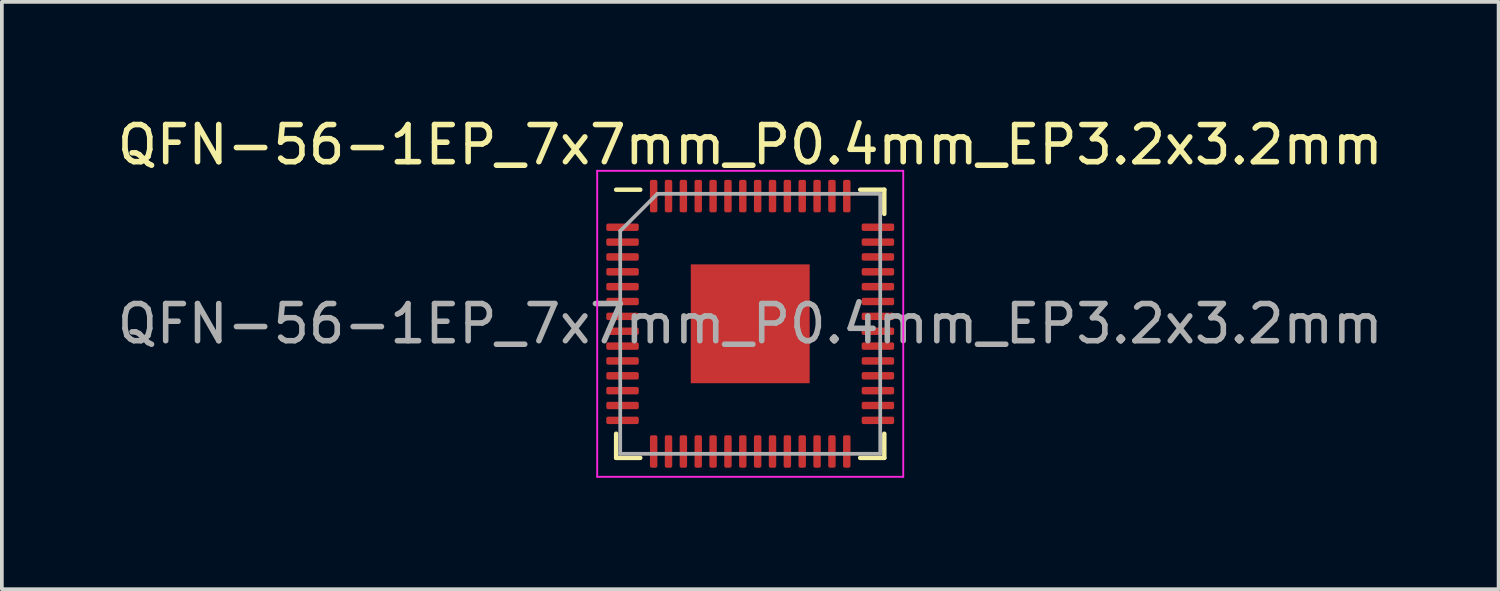
<source format=kicad_pcb>
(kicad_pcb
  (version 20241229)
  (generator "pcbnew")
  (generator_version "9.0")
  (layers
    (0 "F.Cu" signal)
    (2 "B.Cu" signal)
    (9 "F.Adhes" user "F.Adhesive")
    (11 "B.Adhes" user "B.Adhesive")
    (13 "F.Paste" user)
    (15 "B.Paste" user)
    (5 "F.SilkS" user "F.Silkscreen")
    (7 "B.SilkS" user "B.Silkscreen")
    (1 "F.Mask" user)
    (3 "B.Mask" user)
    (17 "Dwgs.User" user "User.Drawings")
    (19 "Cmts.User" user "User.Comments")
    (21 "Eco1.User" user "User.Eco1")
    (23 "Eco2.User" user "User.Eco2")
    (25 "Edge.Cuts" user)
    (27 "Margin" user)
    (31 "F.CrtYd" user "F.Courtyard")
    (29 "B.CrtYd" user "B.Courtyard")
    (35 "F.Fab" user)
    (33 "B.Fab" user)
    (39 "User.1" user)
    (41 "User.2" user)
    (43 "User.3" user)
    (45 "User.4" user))
  (footprint "QFN-56-1EP_7x7mm_P0.4mm_EP3.2x3.2mm"
    (layer "F.Cu")
    (at 17.149 5.668)
    (property "Reference" "QFN-56-1EP_7x7mm_P0.4mm_EP3.2x3.2mm" (at 0 -4.82 0) (layer "F.SilkS") (effects (font (size 1 1) (thickness 0.15))))
    (attr smd)
    (fp_line (start -3.61 3.61) (end -3.61 2.96) (stroke (width 0.12) (type solid)) (layer "F.SilkS"))
    (fp_line (start -2.96 -3.61) (end -3.61 -3.61) (stroke (width 0.12) (type solid)) (layer "F.SilkS"))
    (fp_line (start -2.96 3.61) (end -3.61 3.61) (stroke (width 0.12) (type solid)) (layer "F.SilkS"))
    (fp_line (start 2.96 -3.61) (end 3.61 -3.61) (stroke (width 0.12) (type solid)) (layer "F.SilkS"))
    (fp_line (start 2.96 3.61) (end 3.61 3.61) (stroke (width 0.12) (type solid)) (layer "F.SilkS"))
    (fp_line (start 3.61 -3.61) (end 3.61 -2.96) (stroke (width 0.12) (type solid)) (layer "F.SilkS"))
    (fp_line (start 3.61 3.61) (end 3.61 2.96) (stroke (width 0.12) (type solid)) (layer "F.SilkS"))
    (fp_line (start -4.12 -4.12) (end -4.12 4.12) (stroke (width 0.05) (type solid)) (layer "F.CrtYd"))
    (fp_line (start -4.12 4.12) (end 4.12 4.12) (stroke (width 0.05) (type solid)) (layer "F.CrtYd"))
    (fp_line (start 4.12 -4.12) (end -4.12 -4.12) (stroke (width 0.05) (type solid)) (layer "F.CrtYd"))
    (fp_line (start 4.12 4.12) (end 4.12 -4.12) (stroke (width 0.05) (type solid)) (layer "F.CrtYd"))
    (fp_line (start -3.5 -2.5) (end -2.5 -3.5) (stroke (width 0.1) (type solid)) (layer "F.Fab"))
    (fp_line (start -3.5 3.5) (end -3.5 -2.5) (stroke (width 0.1) (type solid)) (layer "F.Fab"))
    (fp_line (start -2.5 -3.5) (end 3.5 -3.5) (stroke (width 0.1) (type solid)) (layer "F.Fab"))
    (fp_line (start 3.5 -3.5) (end 3.5 3.5) (stroke (width 0.1) (type solid)) (layer "F.Fab"))
    (fp_line (start 3.5 3.5) (end -3.5 3.5) (stroke (width 0.1) (type solid)) (layer "F.Fab"))
    (fp_text user "${REFERENCE}" (at 0 0 0) (layer "F.Fab") (effects (font (size 1 1) (thickness 0.15))))
    (pad "" smd roundrect (at -0.8 -0.8) (size 1.29 1.29) (layers "F.Paste") (roundrect_rratio 0.194))
    (pad "" smd roundrect (at -0.8 0.8) (size 1.29 1.29) (layers "F.Paste") (roundrect_rratio 0.194))
    (pad "" smd roundrect (at 0.8 -0.8) (size 1.29 1.29) (layers "F.Paste") (roundrect_rratio 0.194))
    (pad "" smd roundrect (at 0.8 0.8) (size 1.29 1.29) (layers "F.Paste") (roundrect_rratio 0.194))
    (pad "1" smd roundrect (at -3.438 -2.6) (size 0.875 0.2) (layers "F.Cu" "F.Mask" "F.Paste") (roundrect_rratio 0.25))
    (pad "2" smd roundrect (at -3.438 -2.2) (size 0.875 0.2) (layers "F.Cu" "F.Mask" "F.Paste") (roundrect_rratio 0.25))
    (pad "3" smd roundrect (at -3.438 -1.8) (size 0.875 0.2) (layers "F.Cu" "F.Mask" "F.Paste") (roundrect_rratio 0.25))
    (pad "4" smd roundrect (at -3.438 -1.4) (size 0.875 0.2) (layers "F.Cu" "F.Mask" "F.Paste") (roundrect_rratio 0.25))
    (pad "5" smd roundrect (at -3.438 -1) (size 0.875 0.2) (layers "F.Cu" "F.Mask" "F.Paste") (roundrect_rratio 0.25))
    (pad "6" smd roundrect (at -3.438 -0.6) (size 0.875 0.2) (layers "F.Cu" "F.Mask" "F.Paste") (roundrect_rratio 0.25))
    (pad "7" smd roundrect (at -3.438 -0.2) (size 0.875 0.2) (layers "F.Cu" "F.Mask" "F.Paste") (roundrect_rratio 0.25))
    (pad "8" smd roundrect (at -3.438 0.2) (size 0.875 0.2) (layers "F.Cu" "F.Mask" "F.Paste") (roundrect_rratio 0.25))
    (pad "9" smd roundrect (at -3.438 0.6) (size 0.875 0.2) (layers "F.Cu" "F.Mask" "F.Paste") (roundrect_rratio 0.25))
    (pad "10" smd roundrect (at -3.438 1) (size 0.875 0.2) (layers "F.Cu" "F.Mask" "F.Paste") (roundrect_rratio 0.25))
    (pad "11" smd roundrect (at -3.438 1.4) (size 0.875 0.2) (layers "F.Cu" "F.Mask" "F.Paste") (roundrect_rratio 0.25))
    (pad "12" smd roundrect (at -3.438 1.8) (size 0.875 0.2) (layers "F.Cu" "F.Mask" "F.Paste") (roundrect_rratio 0.25))
    (pad "13" smd roundrect (at -3.438 2.2) (size 0.875 0.2) (layers "F.Cu" "F.Mask" "F.Paste") (roundrect_rratio 0.25))
    (pad "14" smd roundrect (at -3.438 2.6) (size 0.875 0.2) (layers "F.Cu" "F.Mask" "F.Paste") (roundrect_rratio 0.25))
    (pad "15" smd roundrect (at -2.6 3.438) (size 0.2 0.875) (layers "F.Cu" "F.Mask" "F.Paste") (roundrect_rratio 0.25))
    (pad "16" smd roundrect (at -2.2 3.438) (size 0.2 0.875) (layers "F.Cu" "F.Mask" "F.Paste") (roundrect_rratio 0.25))
    (pad "17" smd roundrect (at -1.8 3.438) (size 0.2 0.875) (layers "F.Cu" "F.Mask" "F.Paste") (roundrect_rratio 0.25))
    (pad "18" smd roundrect (at -1.4 3.438) (size 0.2 0.875) (layers "F.Cu" "F.Mask" "F.Paste") (roundrect_rratio 0.25))
    (pad "19" smd roundrect (at -1 3.438) (size 0.2 0.875) (layers "F.Cu" "F.Mask" "F.Paste") (roundrect_rratio 0.25))
    (pad "20" smd roundrect (at -0.6 3.438) (size 0.2 0.875) (layers "F.Cu" "F.Mask" "F.Paste") (roundrect_rratio 0.25))
    (pad "21" smd roundrect (at -0.2 3.438) (size 0.2 0.875) (layers "F.Cu" "F.Mask" "F.Paste") (roundrect_rratio 0.25))
    (pad "22" smd roundrect (at 0.2 3.438) (size 0.2 0.875) (layers "F.Cu" "F.Mask" "F.Paste") (roundrect_rratio 0.25))
    (pad "23" smd roundrect (at 0.6 3.438) (size 0.2 0.875) (layers "F.Cu" "F.Mask" "F.Paste") (roundrect_rratio 0.25))
    (pad "24" smd roundrect (at 1 3.438) (size 0.2 0.875) (layers "F.Cu" "F.Mask" "F.Paste") (roundrect_rratio 0.25))
    (pad "25" smd roundrect (at 1.4 3.438) (size 0.2 0.875) (layers "F.Cu" "F.Mask" "F.Paste") (roundrect_rratio 0.25))
    (pad "26" smd roundrect (at 1.8 3.438) (size 0.2 0.875) (layers "F.Cu" "F.Mask" "F.Paste") (roundrect_rratio 0.25))
    (pad "27" smd roundrect (at 2.2 3.438) (size 0.2 0.875) (layers "F.Cu" "F.Mask" "F.Paste") (roundrect_rratio 0.25))
    (pad "28" smd roundrect (at 2.6 3.438) (size 0.2 0.875) (layers "F.Cu" "F.Mask" "F.Paste") (roundrect_rratio 0.25))
    (pad "29" smd roundrect (at 3.438 2.6) (size 0.875 0.2) (layers "F.Cu" "F.Mask" "F.Paste") (roundrect_rratio 0.25))
    (pad "30" smd roundrect (at 3.438 2.2) (size 0.875 0.2) (layers "F.Cu" "F.Mask" "F.Paste") (roundrect_rratio 0.25))
    (pad "31" smd roundrect (at 3.438 1.8) (size 0.875 0.2) (layers "F.Cu" "F.Mask" "F.Paste") (roundrect_rratio 0.25))
    (pad "32" smd roundrect (at 3.438 1.4) (size 0.875 0.2) (layers "F.Cu" "F.Mask" "F.Paste") (roundrect_rratio 0.25))
    (pad "33" smd roundrect (at 3.438 1) (size 0.875 0.2) (layers "F.Cu" "F.Mask" "F.Paste") (roundrect_rratio 0.25))
    (pad "34" smd roundrect (at 3.438 0.6) (size 0.875 0.2) (layers "F.Cu" "F.Mask" "F.Paste") (roundrect_rratio 0.25))
    (pad "35" smd roundrect (at 3.438 0.2) (size 0.875 0.2) (layers "F.Cu" "F.Mask" "F.Paste") (roundrect_rratio 0.25))
    (pad "36" smd roundrect (at 3.438 -0.2) (size 0.875 0.2) (layers "F.Cu" "F.Mask" "F.Paste") (roundrect_rratio 0.25))
    (pad "37" smd roundrect (at 3.438 -0.6) (size 0.875 0.2) (layers "F.Cu" "F.Mask" "F.Paste") (roundrect_rratio 0.25))
    (pad "38" smd roundrect (at 3.438 -1) (size 0.875 0.2) (layers "F.Cu" "F.Mask" "F.Paste") (roundrect_rratio 0.25))
    (pad "39" smd roundrect (at 3.438 -1.4) (size 0.875 0.2) (layers "F.Cu" "F.Mask" "F.Paste") (roundrect_rratio 0.25))
    (pad "40" smd roundrect (at 3.438 -1.8) (size 0.875 0.2) (layers "F.Cu" "F.Mask" "F.Paste") (roundrect_rratio 0.25))
    (pad "41" smd roundrect (at 3.438 -2.2) (size 0.875 0.2) (layers "F.Cu" "F.Mask" "F.Paste") (roundrect_rratio 0.25))
    (pad "42" smd roundrect (at 3.438 -2.6) (size 0.875 0.2) (layers "F.Cu" "F.Mask" "F.Paste") (roundrect_rratio 0.25))
    (pad "43" smd roundrect (at 2.6 -3.438) (size 0.2 0.875) (layers "F.Cu" "F.Mask" "F.Paste") (roundrect_rratio 0.25))
    (pad "44" smd roundrect (at 2.2 -3.438) (size 0.2 0.875) (layers "F.Cu" "F.Mask" "F.Paste") (roundrect_rratio 0.25))
    (pad "45" smd roundrect (at 1.8 -3.438) (size 0.2 0.875) (layers "F.Cu" "F.Mask" "F.Paste") (roundrect_rratio 0.25))
    (pad "46" smd roundrect (at 1.4 -3.438) (size 0.2 0.875) (layers "F.Cu" "F.Mask" "F.Paste") (roundrect_rratio 0.25))
    (pad "47" smd roundrect (at 1 -3.438) (size 0.2 0.875) (layers "F.Cu" "F.Mask" "F.Paste") (roundrect_rratio 0.25))
    (pad "48" smd roundrect (at 0.6 -3.438) (size 0.2 0.875) (layers "F.Cu" "F.Mask" "F.Paste") (roundrect_rratio 0.25))
    (pad "49" smd roundrect (at 0.2 -3.438) (size 0.2 0.875) (layers "F.Cu" "F.Mask" "F.Paste") (roundrect_rratio 0.25))
    (pad "50" smd roundrect (at -0.2 -3.438) (size 0.2 0.875) (layers "F.Cu" "F.Mask" "F.Paste") (roundrect_rratio 0.25))
    (pad "51" smd roundrect (at -0.6 -3.438) (size 0.2 0.875) (layers "F.Cu" "F.Mask" "F.Paste") (roundrect_rratio 0.25))
    (pad "52" smd roundrect (at -1 -3.438) (size 0.2 0.875) (layers "F.Cu" "F.Mask" "F.Paste") (roundrect_rratio 0.25))
    (pad "53" smd roundrect (at -1.4 -3.438) (size 0.2 0.875) (layers "F.Cu" "F.Mask" "F.Paste") (roundrect_rratio 0.25))
    (pad "54" smd roundrect (at -1.8 -3.438) (size 0.2 0.875) (layers "F.Cu" "F.Mask" "F.Paste") (roundrect_rratio 0.25))
    (pad "55" smd roundrect (at -2.2 -3.438) (size 0.2 0.875) (layers "F.Cu" "F.Mask" "F.Paste") (roundrect_rratio 0.25))
    (pad "56" smd roundrect (at -2.6 -3.438) (size 0.2 0.875) (layers "F.Cu" "F.Mask" "F.Paste") (roundrect_rratio 0.25))
    (pad "57" smd rect (at 0 0) (size 3.2 3.2) (layers "F.Cu" "F.Mask")))
  (gr_rect
    (start -3 -3)
    (end 37.298 12.813)
    (stroke (width 0.1) (type default))
    (fill no)
    (layer "Edge.Cuts")))
</source>
